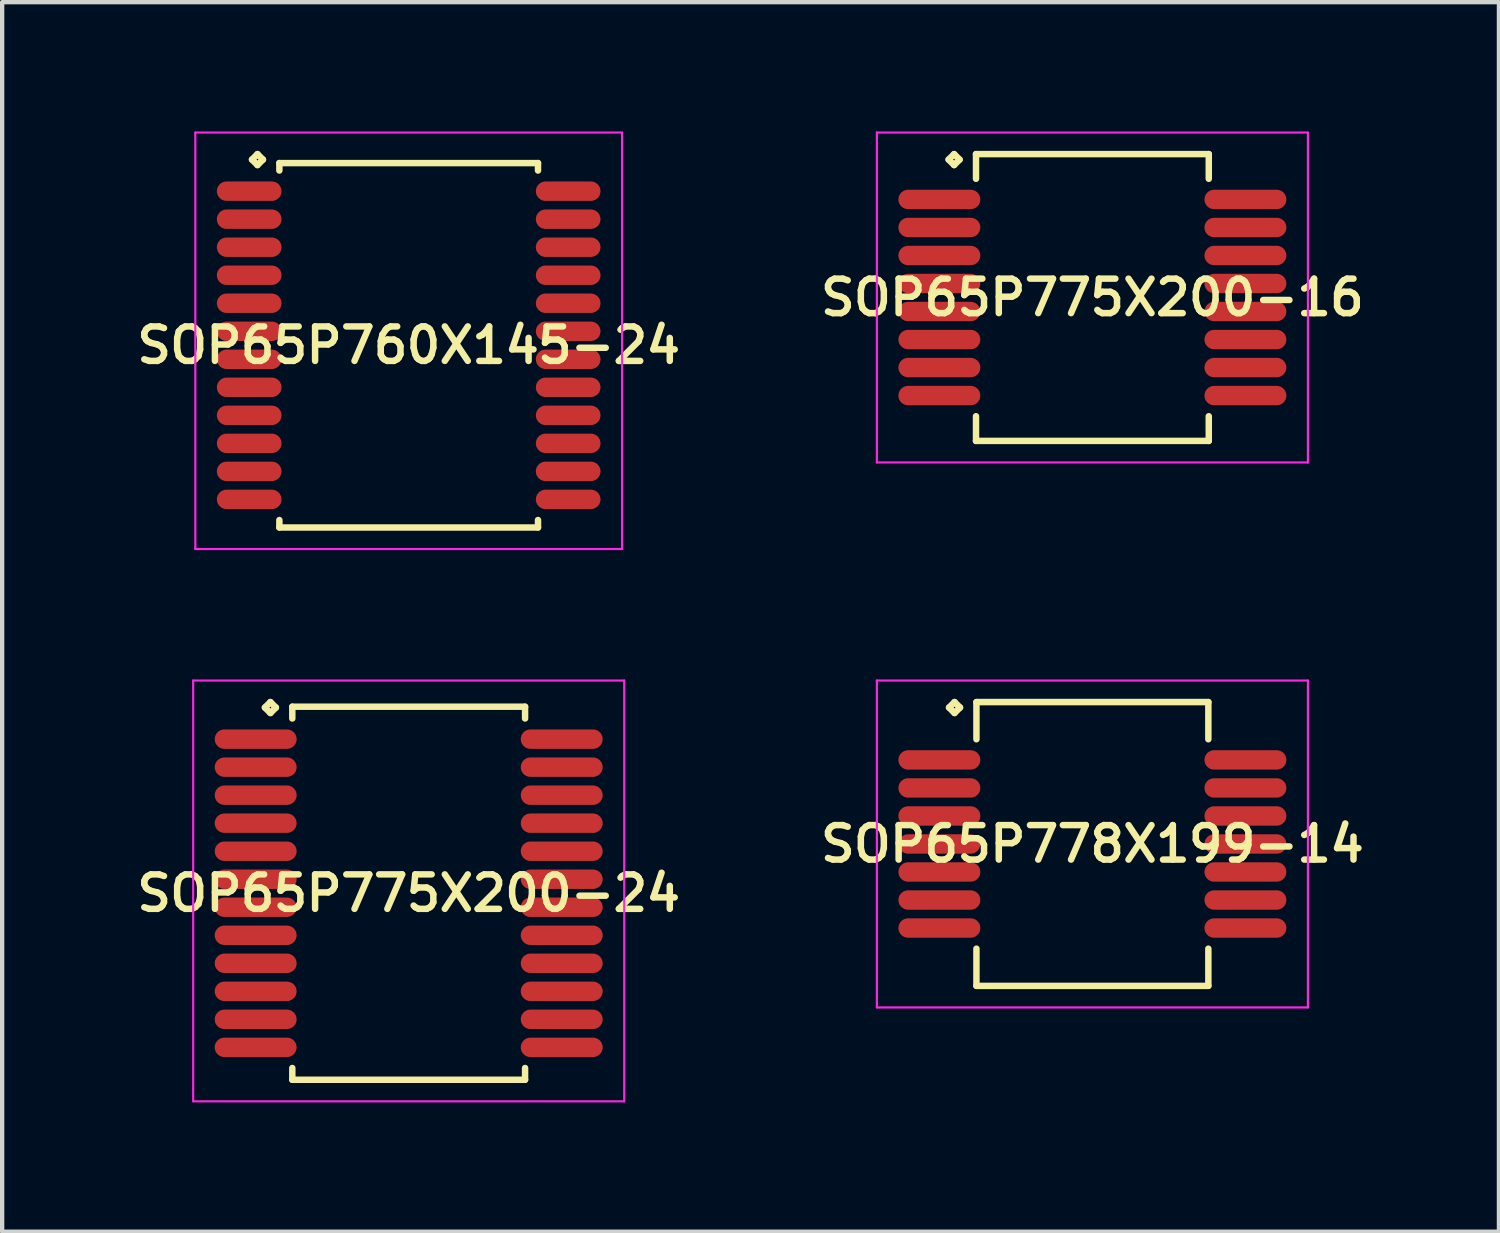
<source format=kicad_pcb>
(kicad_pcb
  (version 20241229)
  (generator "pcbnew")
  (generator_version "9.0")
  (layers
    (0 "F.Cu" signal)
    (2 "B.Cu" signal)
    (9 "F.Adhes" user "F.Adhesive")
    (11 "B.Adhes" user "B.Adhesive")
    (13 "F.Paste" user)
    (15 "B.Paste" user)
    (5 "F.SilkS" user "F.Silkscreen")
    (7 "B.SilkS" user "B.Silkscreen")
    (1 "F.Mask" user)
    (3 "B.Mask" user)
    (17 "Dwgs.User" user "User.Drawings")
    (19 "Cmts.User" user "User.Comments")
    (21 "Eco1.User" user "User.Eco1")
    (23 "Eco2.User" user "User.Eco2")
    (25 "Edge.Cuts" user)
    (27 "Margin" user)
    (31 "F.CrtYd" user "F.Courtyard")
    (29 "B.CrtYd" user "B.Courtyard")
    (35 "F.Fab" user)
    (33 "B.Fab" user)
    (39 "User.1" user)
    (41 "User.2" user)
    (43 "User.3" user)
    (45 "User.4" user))
  (footprint "SOP65P775X200-24"
    (layer "F.Cu")
    (at 6.431 17.672)
    (property "Reference" "SOP65P775X200-24" (at 0 0 0) (layer "F.SilkS") (effects (font (size 0.8 0.8) (thickness 0.15))))
    (attr smd)
    (fp_line (start -3.335 -4.308) (end -3.208 -4.435) (stroke (width 0.15) (type solid)) (layer "F.SilkS"))
    (fp_line (start -3.208 -4.435) (end -3.081 -4.308) (stroke (width 0.15) (type solid)) (layer "F.SilkS"))
    (fp_line (start -3.208 -4.181) (end -3.335 -4.308) (stroke (width 0.15) (type solid)) (layer "F.SilkS"))
    (fp_line (start -3.081 -4.308) (end -3.208 -4.181) (stroke (width 0.15) (type solid)) (layer "F.SilkS"))
    (fp_line (start -2.7 -4.327) (end 2.7 -4.327) (stroke (width 0.15) (type solid)) (layer "F.SilkS"))
    (fp_line (start -2.7 -4.054) (end -2.7 -4.327) (stroke (width 0.15) (type solid)) (layer "F.SilkS"))
    (fp_line (start -2.7 4.054) (end -2.7 4.327) (stroke (width 0.15) (type solid)) (layer "F.SilkS"))
    (fp_line (start -2.7 4.327) (end 2.7 4.327) (stroke (width 0.15) (type solid)) (layer "F.SilkS"))
    (fp_line (start 2.7 -4.327) (end 2.7 -4.054) (stroke (width 0.15) (type solid)) (layer "F.SilkS"))
    (fp_line (start 2.7 4.327) (end 2.7 4.054) (stroke (width 0.15) (type solid)) (layer "F.SilkS"))
    (fp_line (start -5 -4.935) (end 5 -4.935) (stroke (width 0.05) (type solid)) (layer "F.CrtYd"))
    (fp_line (start -5 4.827) (end -5 -4.935) (stroke (width 0.05) (type solid)) (layer "F.CrtYd"))
    (fp_line (start 5 -4.935) (end 5 4.827) (stroke (width 0.05) (type solid)) (layer "F.CrtYd"))
    (fp_line (start 5 4.827) (end -5 4.827) (stroke (width 0.05) (type solid)) (layer "F.CrtYd"))
    (pad "1" smd oval (at -3.55 -3.575) (size 1.9 0.45) (layers "F.Cu" "F.Mask" "F.Paste"))
    (pad "2" smd oval (at -3.55 -2.925) (size 1.9 0.45) (layers "F.Cu" "F.Mask" "F.Paste"))
    (pad "3" smd oval (at -3.55 -2.275) (size 1.9 0.45) (layers "F.Cu" "F.Mask" "F.Paste"))
    (pad "4" smd oval (at -3.55 -1.625) (size 1.9 0.45) (layers "F.Cu" "F.Mask" "F.Paste"))
    (pad "5" smd oval (at -3.55 -0.975) (size 1.9 0.45) (layers "F.Cu" "F.Mask" "F.Paste"))
    (pad "6" smd oval (at -3.55 -0.325) (size 1.9 0.45) (layers "F.Cu" "F.Mask" "F.Paste"))
    (pad "7" smd oval (at -3.55 0.325) (size 1.9 0.45) (layers "F.Cu" "F.Mask" "F.Paste"))
    (pad "8" smd oval (at -3.55 0.975) (size 1.9 0.45) (layers "F.Cu" "F.Mask" "F.Paste"))
    (pad "9" smd oval (at -3.55 1.625) (size 1.9 0.45) (layers "F.Cu" "F.Mask" "F.Paste"))
    (pad "10" smd oval (at -3.55 2.275) (size 1.9 0.45) (layers "F.Cu" "F.Mask" "F.Paste"))
    (pad "11" smd oval (at -3.55 2.925) (size 1.9 0.45) (layers "F.Cu" "F.Mask" "F.Paste"))
    (pad "12" smd oval (at -3.55 3.575) (size 1.9 0.45) (layers "F.Cu" "F.Mask" "F.Paste"))
    (pad "13" smd oval (at 3.55 3.575) (size 1.9 0.45) (layers "F.Cu" "F.Mask" "F.Paste"))
    (pad "14" smd oval (at 3.55 2.925) (size 1.9 0.45) (layers "F.Cu" "F.Mask" "F.Paste"))
    (pad "15" smd oval (at 3.55 2.275) (size 1.9 0.45) (layers "F.Cu" "F.Mask" "F.Paste"))
    (pad "16" smd oval (at 3.55 1.625) (size 1.9 0.45) (layers "F.Cu" "F.Mask" "F.Paste"))
    (pad "17" smd oval (at 3.55 0.975) (size 1.9 0.45) (layers "F.Cu" "F.Mask" "F.Paste"))
    (pad "18" smd oval (at 3.55 0.325) (size 1.9 0.45) (layers "F.Cu" "F.Mask" "F.Paste"))
    (pad "19" smd oval (at 3.55 -0.325) (size 1.9 0.45) (layers "F.Cu" "F.Mask" "F.Paste"))
    (pad "20" smd oval (at 3.55 -0.975) (size 1.9 0.45) (layers "F.Cu" "F.Mask" "F.Paste"))
    (pad "21" smd oval (at 3.55 -1.625) (size 1.9 0.45) (layers "F.Cu" "F.Mask" "F.Paste"))
    (pad "22" smd oval (at 3.55 -2.275) (size 1.9 0.45) (layers "F.Cu" "F.Mask" "F.Paste"))
    (pad "23" smd oval (at 3.55 -2.925) (size 1.9 0.45) (layers "F.Cu" "F.Mask" "F.Paste"))
    (pad "24" smd oval (at 3.55 -3.575) (size 1.9 0.45) (layers "F.Cu" "F.Mask" "F.Paste")))
  (footprint "SOP65P778X199-14"
    (layer "F.Cu")
    (at 22.292 16.529)
    (property "Reference" "SOP65P778X199-14" (at 0 0 0) (layer "F.SilkS") (effects (font (size 0.8 0.8) (thickness 0.15))))
    (attr smd)
    (fp_line (start -3.325 -3.165) (end -3.198 -3.292) (stroke (width 0.15) (type solid)) (layer "F.SilkS"))
    (fp_line (start -3.198 -3.292) (end -3.071 -3.165) (stroke (width 0.15) (type solid)) (layer "F.SilkS"))
    (fp_line (start -3.198 -3.038) (end -3.325 -3.165) (stroke (width 0.15) (type solid)) (layer "F.SilkS"))
    (fp_line (start -3.071 -3.165) (end -3.198 -3.038) (stroke (width 0.15) (type solid)) (layer "F.SilkS"))
    (fp_line (start -2.69 -3.292) (end 2.69 -3.292) (stroke (width 0.15) (type solid)) (layer "F.SilkS"))
    (fp_line (start -2.69 -2.429) (end -2.69 -3.292) (stroke (width 0.15) (type solid)) (layer "F.SilkS"))
    (fp_line (start -2.69 2.429) (end -2.69 3.292) (stroke (width 0.15) (type solid)) (layer "F.SilkS"))
    (fp_line (start -2.69 3.292) (end 2.69 3.292) (stroke (width 0.15) (type solid)) (layer "F.SilkS"))
    (fp_line (start 2.69 -3.292) (end 2.69 -2.429) (stroke (width 0.15) (type solid)) (layer "F.SilkS"))
    (fp_line (start 2.69 3.292) (end 2.69 2.429) (stroke (width 0.15) (type solid)) (layer "F.SilkS"))
    (fp_line (start -5 -3.792) (end 5 -3.792) (stroke (width 0.05) (type solid)) (layer "F.CrtYd"))
    (fp_line (start -5 3.792) (end -5 -3.792) (stroke (width 0.05) (type solid)) (layer "F.CrtYd"))
    (fp_line (start 5 -3.792) (end 5 3.792) (stroke (width 0.05) (type solid)) (layer "F.CrtYd"))
    (fp_line (start 5 3.792) (end -5 3.792) (stroke (width 0.05) (type solid)) (layer "F.CrtYd"))
    (pad "1" smd oval (at -3.55 -1.95) (size 1.9 0.45) (layers "F.Cu" "F.Mask" "F.Paste"))
    (pad "2" smd oval (at -3.55 -1.3) (size 1.9 0.45) (layers "F.Cu" "F.Mask" "F.Paste"))
    (pad "3" smd oval (at -3.55 -0.65) (size 1.9 0.45) (layers "F.Cu" "F.Mask" "F.Paste"))
    (pad "4" smd oval (at -3.55 0) (size 1.9 0.45) (layers "F.Cu" "F.Mask" "F.Paste"))
    (pad "5" smd oval (at -3.55 0.65) (size 1.9 0.45) (layers "F.Cu" "F.Mask" "F.Paste"))
    (pad "6" smd oval (at -3.55 1.3) (size 1.9 0.45) (layers "F.Cu" "F.Mask" "F.Paste"))
    (pad "7" smd oval (at -3.55 1.95) (size 1.9 0.45) (layers "F.Cu" "F.Mask" "F.Paste"))
    (pad "8" smd oval (at 3.55 1.95) (size 1.9 0.45) (layers "F.Cu" "F.Mask" "F.Paste"))
    (pad "9" smd oval (at 3.55 1.3) (size 1.9 0.45) (layers "F.Cu" "F.Mask" "F.Paste"))
    (pad "10" smd oval (at 3.55 0.65) (size 1.9 0.45) (layers "F.Cu" "F.Mask" "F.Paste"))
    (pad "11" smd oval (at 3.55 0) (size 1.9 0.45) (layers "F.Cu" "F.Mask" "F.Paste"))
    (pad "12" smd oval (at 3.55 -0.65) (size 1.9 0.45) (layers "F.Cu" "F.Mask" "F.Paste"))
    (pad "13" smd oval (at 3.55 -1.3) (size 1.9 0.45) (layers "F.Cu" "F.Mask" "F.Paste"))
    (pad "14" smd oval (at 3.55 -1.95) (size 1.9 0.45) (layers "F.Cu" "F.Mask" "F.Paste")))
  (footprint "SOP65P760X145-24"
    (layer "F.Cu")
    (at 6.431 4.96)
    (property "Reference" "SOP65P760X145-24" (at 0 0 0) (layer "F.SilkS") (effects (font (size 0.8 0.8) (thickness 0.15))))
    (attr smd)
    (fp_line (start -3.635 -4.308) (end -3.508 -4.435) (stroke (width 0.15) (type solid)) (layer "F.SilkS"))
    (fp_line (start -3.508 -4.435) (end -3.381 -4.308) (stroke (width 0.15) (type solid)) (layer "F.SilkS"))
    (fp_line (start -3.508 -4.181) (end -3.635 -4.308) (stroke (width 0.15) (type solid)) (layer "F.SilkS"))
    (fp_line (start -3.381 -4.308) (end -3.508 -4.181) (stroke (width 0.15) (type solid)) (layer "F.SilkS"))
    (fp_line (start -3 -4.227) (end 3 -4.227) (stroke (width 0.15) (type solid)) (layer "F.SilkS"))
    (fp_line (start -3 -4.054) (end -3 -4.227) (stroke (width 0.15) (type solid)) (layer "F.SilkS"))
    (fp_line (start -3 4.054) (end -3 4.227) (stroke (width 0.15) (type solid)) (layer "F.SilkS"))
    (fp_line (start -3 4.227) (end 3 4.227) (stroke (width 0.15) (type solid)) (layer "F.SilkS"))
    (fp_line (start 3 -4.227) (end 3 -4.054) (stroke (width 0.15) (type solid)) (layer "F.SilkS"))
    (fp_line (start 3 4.227) (end 3 4.054) (stroke (width 0.15) (type solid)) (layer "F.SilkS"))
    (fp_line (start -4.95 -4.935) (end 4.95 -4.935) (stroke (width 0.05) (type solid)) (layer "F.CrtYd"))
    (fp_line (start -4.95 4.727) (end -4.95 -4.935) (stroke (width 0.05) (type solid)) (layer "F.CrtYd"))
    (fp_line (start 4.95 -4.935) (end 4.95 4.727) (stroke (width 0.05) (type solid)) (layer "F.CrtYd"))
    (fp_line (start 4.95 4.727) (end -4.95 4.727) (stroke (width 0.05) (type solid)) (layer "F.CrtYd"))
    (pad "1" smd oval (at -3.7 -3.575) (size 1.5 0.45) (layers "F.Cu" "F.Mask" "F.Paste"))
    (pad "2" smd oval (at -3.7 -2.925) (size 1.5 0.45) (layers "F.Cu" "F.Mask" "F.Paste"))
    (pad "3" smd oval (at -3.7 -2.275) (size 1.5 0.45) (layers "F.Cu" "F.Mask" "F.Paste"))
    (pad "4" smd oval (at -3.7 -1.625) (size 1.5 0.45) (layers "F.Cu" "F.Mask" "F.Paste"))
    (pad "5" smd oval (at -3.7 -0.975) (size 1.5 0.45) (layers "F.Cu" "F.Mask" "F.Paste"))
    (pad "6" smd oval (at -3.7 -0.325) (size 1.5 0.45) (layers "F.Cu" "F.Mask" "F.Paste"))
    (pad "7" smd oval (at -3.7 0.325) (size 1.5 0.45) (layers "F.Cu" "F.Mask" "F.Paste"))
    (pad "8" smd oval (at -3.7 0.975) (size 1.5 0.45) (layers "F.Cu" "F.Mask" "F.Paste"))
    (pad "9" smd oval (at -3.7 1.625) (size 1.5 0.45) (layers "F.Cu" "F.Mask" "F.Paste"))
    (pad "10" smd oval (at -3.7 2.275) (size 1.5 0.45) (layers "F.Cu" "F.Mask" "F.Paste"))
    (pad "11" smd oval (at -3.7 2.925) (size 1.5 0.45) (layers "F.Cu" "F.Mask" "F.Paste"))
    (pad "12" smd oval (at -3.7 3.575) (size 1.5 0.45) (layers "F.Cu" "F.Mask" "F.Paste"))
    (pad "13" smd oval (at 3.7 3.575) (size 1.5 0.45) (layers "F.Cu" "F.Mask" "F.Paste"))
    (pad "14" smd oval (at 3.7 2.925) (size 1.5 0.45) (layers "F.Cu" "F.Mask" "F.Paste"))
    (pad "15" smd oval (at 3.7 2.275) (size 1.5 0.45) (layers "F.Cu" "F.Mask" "F.Paste"))
    (pad "16" smd oval (at 3.7 1.625) (size 1.5 0.45) (layers "F.Cu" "F.Mask" "F.Paste"))
    (pad "17" smd oval (at 3.7 0.975) (size 1.5 0.45) (layers "F.Cu" "F.Mask" "F.Paste"))
    (pad "18" smd oval (at 3.7 0.325) (size 1.5 0.45) (layers "F.Cu" "F.Mask" "F.Paste"))
    (pad "19" smd oval (at 3.7 -0.325) (size 1.5 0.45) (layers "F.Cu" "F.Mask" "F.Paste"))
    (pad "20" smd oval (at 3.7 -0.975) (size 1.5 0.45) (layers "F.Cu" "F.Mask" "F.Paste"))
    (pad "21" smd oval (at 3.7 -1.625) (size 1.5 0.45) (layers "F.Cu" "F.Mask" "F.Paste"))
    (pad "22" smd oval (at 3.7 -2.275) (size 1.5 0.45) (layers "F.Cu" "F.Mask" "F.Paste"))
    (pad "23" smd oval (at 3.7 -2.925) (size 1.5 0.45) (layers "F.Cu" "F.Mask" "F.Paste"))
    (pad "24" smd oval (at 3.7 -3.575) (size 1.5 0.45) (layers "F.Cu" "F.Mask" "F.Paste")))
  (footprint "SOP65P775X200-16"
    (layer "F.Cu")
    (at 22.292 3.852)
    (property "Reference" "SOP65P775X200-16" (at 0 0 0) (layer "F.SilkS") (effects (font (size 0.8 0.8) (thickness 0.15))))
    (attr smd)
    (fp_line (start -3.335 -3.2) (end -3.208 -3.327) (stroke (width 0.15) (type solid)) (layer "F.SilkS"))
    (fp_line (start -3.208 -3.327) (end -3.081 -3.2) (stroke (width 0.15) (type solid)) (layer "F.SilkS"))
    (fp_line (start -3.208 -3.073) (end -3.335 -3.2) (stroke (width 0.15) (type solid)) (layer "F.SilkS"))
    (fp_line (start -3.081 -3.2) (end -3.208 -3.073) (stroke (width 0.15) (type solid)) (layer "F.SilkS"))
    (fp_line (start -2.7 -3.327) (end 2.7 -3.327) (stroke (width 0.15) (type solid)) (layer "F.SilkS"))
    (fp_line (start -2.7 -2.754) (end -2.7 -3.327) (stroke (width 0.15) (type solid)) (layer "F.SilkS"))
    (fp_line (start -2.7 2.754) (end -2.7 3.327) (stroke (width 0.15) (type solid)) (layer "F.SilkS"))
    (fp_line (start -2.7 3.327) (end 2.7 3.327) (stroke (width 0.15) (type solid)) (layer "F.SilkS"))
    (fp_line (start 2.7 -3.327) (end 2.7 -2.754) (stroke (width 0.15) (type solid)) (layer "F.SilkS"))
    (fp_line (start 2.7 3.327) (end 2.7 2.754) (stroke (width 0.15) (type solid)) (layer "F.SilkS"))
    (fp_line (start -5 -3.827) (end 5 -3.827) (stroke (width 0.05) (type solid)) (layer "F.CrtYd"))
    (fp_line (start -5 3.827) (end -5 -3.827) (stroke (width 0.05) (type solid)) (layer "F.CrtYd"))
    (fp_line (start 5 -3.827) (end 5 3.827) (stroke (width 0.05) (type solid)) (layer "F.CrtYd"))
    (fp_line (start 5 3.827) (end -5 3.827) (stroke (width 0.05) (type solid)) (layer "F.CrtYd"))
    (pad "1" smd oval (at -3.55 -2.275) (size 1.9 0.45) (layers "F.Cu" "F.Mask" "F.Paste"))
    (pad "2" smd oval (at -3.55 -1.625) (size 1.9 0.45) (layers "F.Cu" "F.Mask" "F.Paste"))
    (pad "3" smd oval (at -3.55 -0.975) (size 1.9 0.45) (layers "F.Cu" "F.Mask" "F.Paste"))
    (pad "4" smd oval (at -3.55 -0.325) (size 1.9 0.45) (layers "F.Cu" "F.Mask" "F.Paste"))
    (pad "5" smd oval (at -3.55 0.325) (size 1.9 0.45) (layers "F.Cu" "F.Mask" "F.Paste"))
    (pad "6" smd oval (at -3.55 0.975) (size 1.9 0.45) (layers "F.Cu" "F.Mask" "F.Paste"))
    (pad "7" smd oval (at -3.55 1.625) (size 1.9 0.45) (layers "F.Cu" "F.Mask" "F.Paste"))
    (pad "8" smd oval (at -3.55 2.275) (size 1.9 0.45) (layers "F.Cu" "F.Mask" "F.Paste"))
    (pad "9" smd oval (at 3.55 2.275) (size 1.9 0.45) (layers "F.Cu" "F.Mask" "F.Paste"))
    (pad "10" smd oval (at 3.55 1.625) (size 1.9 0.45) (layers "F.Cu" "F.Mask" "F.Paste"))
    (pad "11" smd oval (at 3.55 0.975) (size 1.9 0.45) (layers "F.Cu" "F.Mask" "F.Paste"))
    (pad "12" smd oval (at 3.55 0.325) (size 1.9 0.45) (layers "F.Cu" "F.Mask" "F.Paste"))
    (pad "13" smd oval (at 3.55 -0.325) (size 1.9 0.45) (layers "F.Cu" "F.Mask" "F.Paste"))
    (pad "14" smd oval (at 3.55 -0.975) (size 1.9 0.45) (layers "F.Cu" "F.Mask" "F.Paste"))
    (pad "15" smd oval (at 3.55 -1.625) (size 1.9 0.45) (layers "F.Cu" "F.Mask" "F.Paste"))
    (pad "16" smd oval (at 3.55 -2.275) (size 1.9 0.45) (layers "F.Cu" "F.Mask" "F.Paste")))
  (gr_rect
    (start -3 -3)
    (end 31.723 25.524)
    (stroke (width 0.1) (type default))
    (fill no)
    (layer "Edge.Cuts")))
</source>
